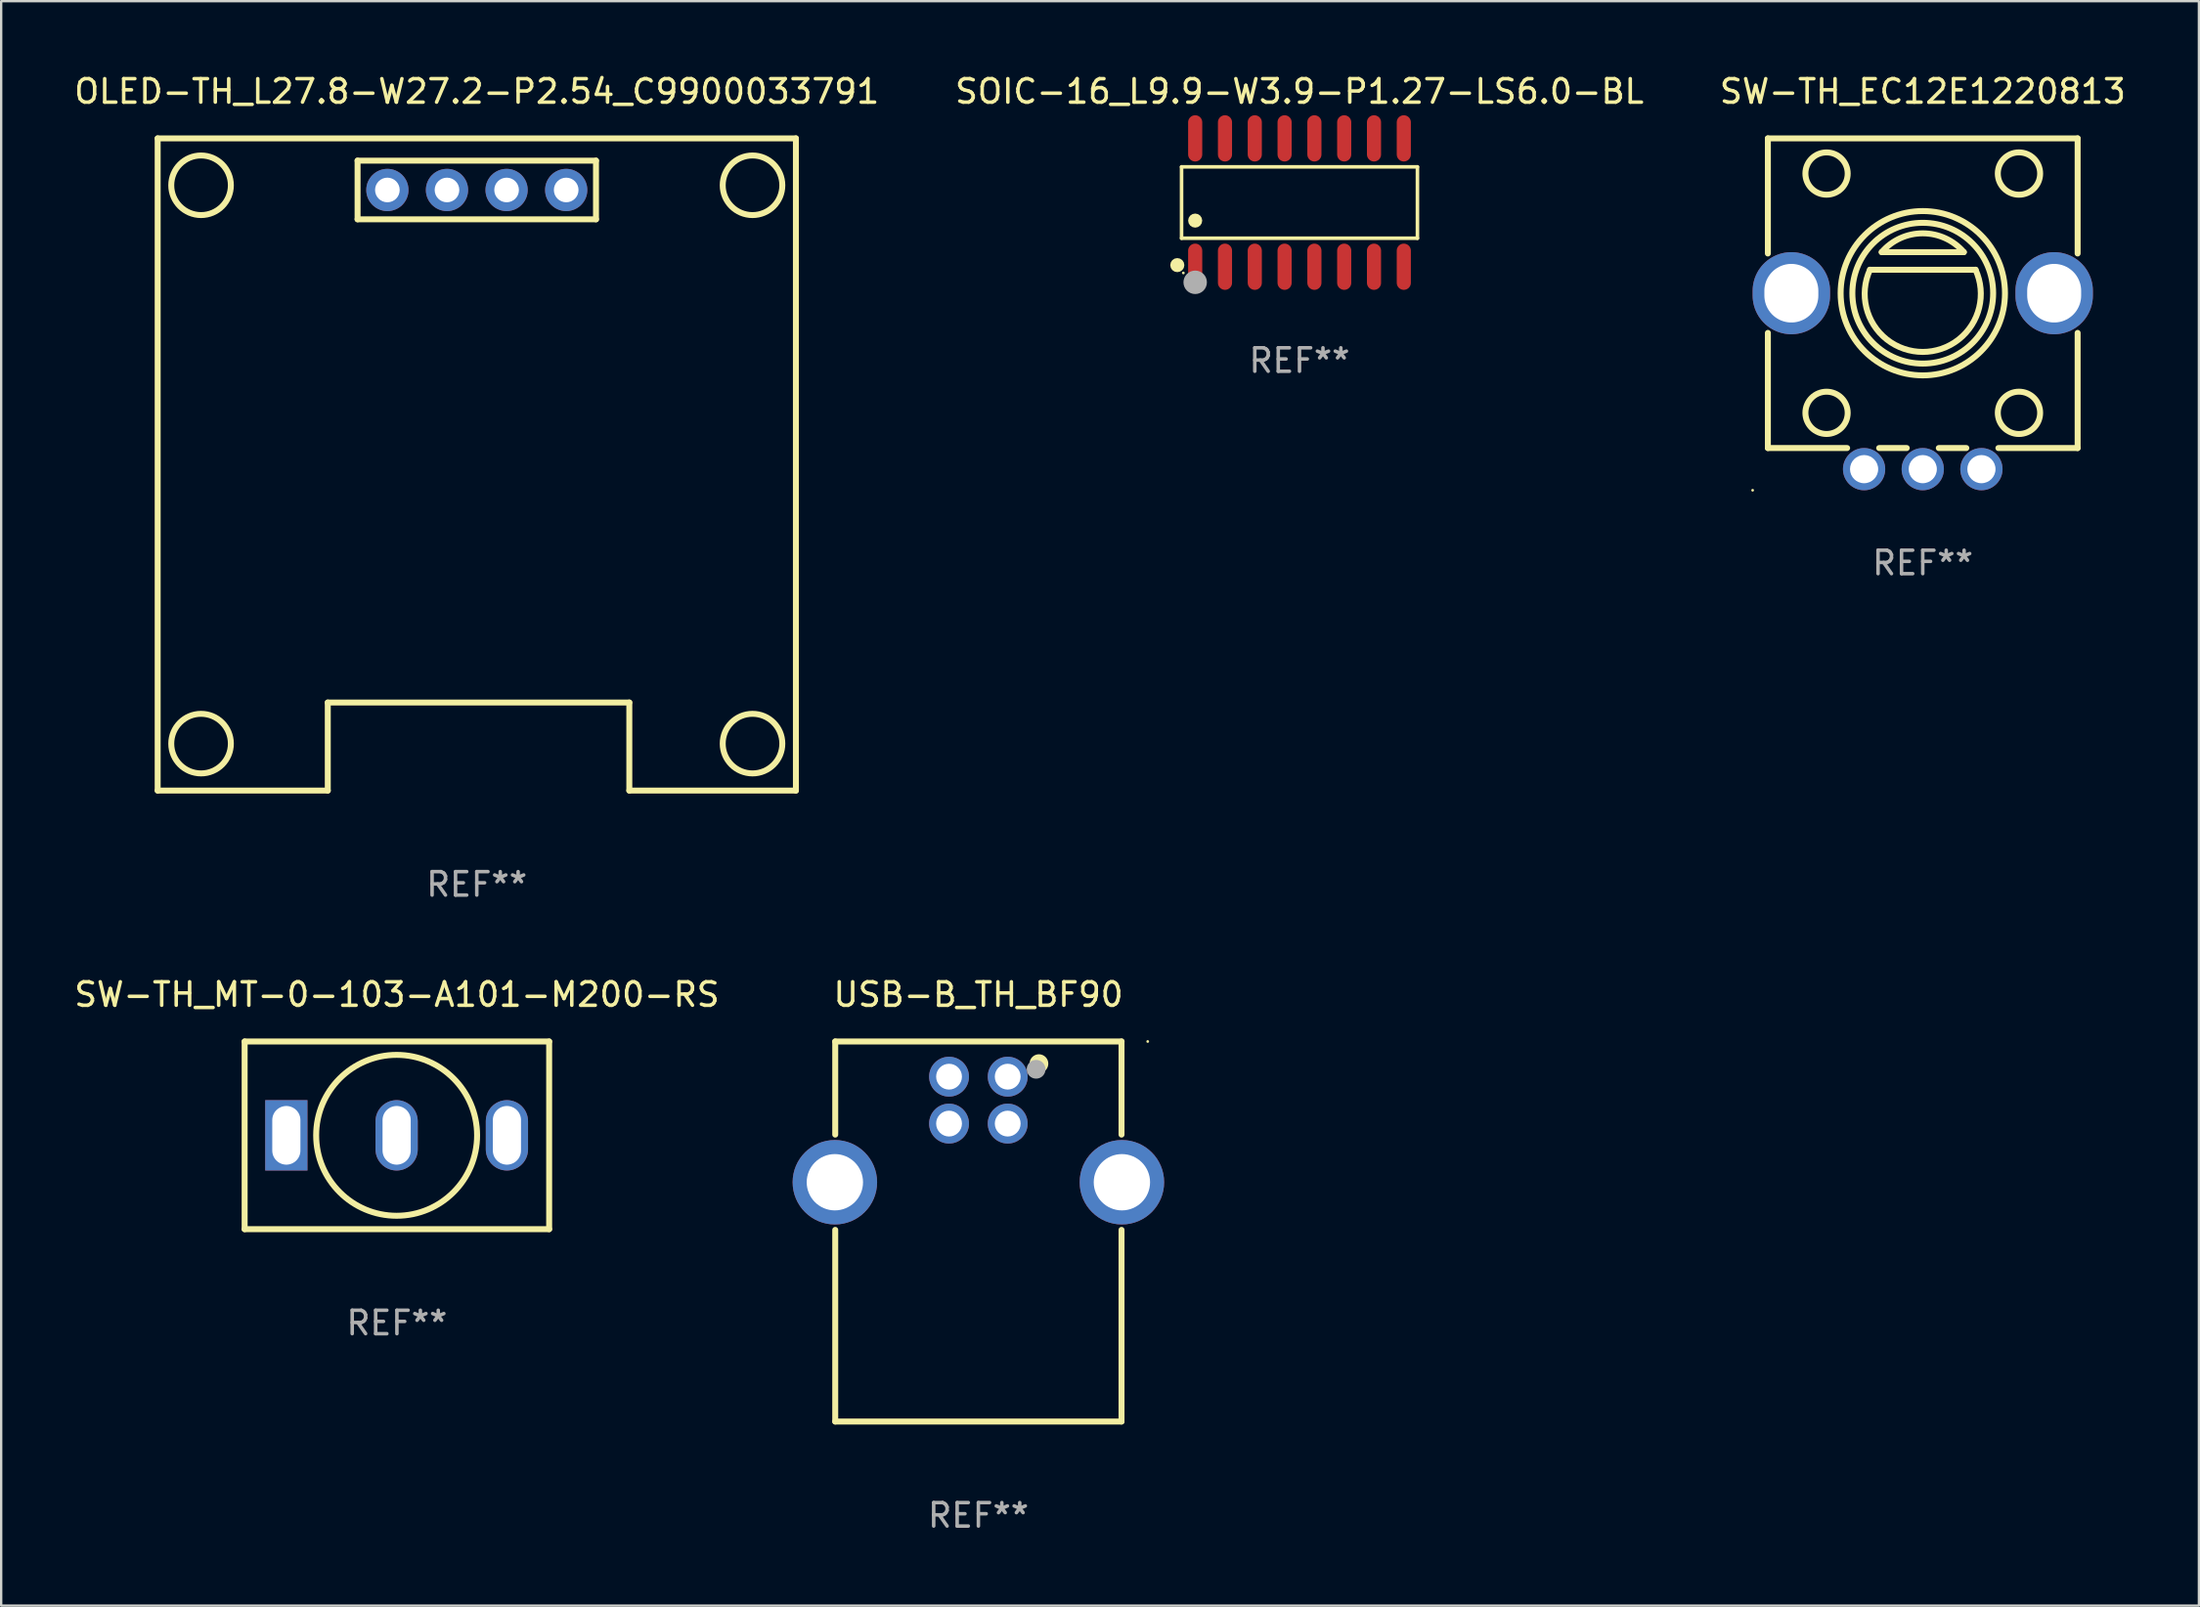
<source format=kicad_pcb>
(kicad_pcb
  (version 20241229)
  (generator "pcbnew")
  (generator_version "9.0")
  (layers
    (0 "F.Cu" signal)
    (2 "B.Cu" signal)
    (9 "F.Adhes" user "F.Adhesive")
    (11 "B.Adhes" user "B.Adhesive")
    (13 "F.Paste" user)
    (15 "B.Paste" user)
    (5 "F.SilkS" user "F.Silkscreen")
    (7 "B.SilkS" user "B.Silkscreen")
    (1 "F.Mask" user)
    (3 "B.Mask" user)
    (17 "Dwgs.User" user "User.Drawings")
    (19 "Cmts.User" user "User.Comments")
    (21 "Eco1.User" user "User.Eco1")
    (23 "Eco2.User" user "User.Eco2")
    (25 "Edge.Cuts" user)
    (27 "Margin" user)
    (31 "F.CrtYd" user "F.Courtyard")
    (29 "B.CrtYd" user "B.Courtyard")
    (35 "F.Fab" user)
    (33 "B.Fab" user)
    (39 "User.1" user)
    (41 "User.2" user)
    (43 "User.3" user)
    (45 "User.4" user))
  (footprint "USB-B_TH_BF90"
    (layer "F.Cu")
    (at 38.643 45.095)
    (property "Reference" "USB-B_TH_BF90" (at 0 -5.75 0) (layer "F.SilkS") (effects (font (size 1 1) (thickness 0.15))))
    (attr through_hole)
    (fp_line (start -6.1 -3.75) (end -6.1 0.219) (stroke (width 0.254) (type solid)) (layer "F.SilkS"))
    (fp_line (start -6.1 4.281) (end -6.1 12.45) (stroke (width 0.254) (type solid)) (layer "F.SilkS"))
    (fp_line (start -6.1 12.45) (end 6.1 12.45) (stroke (width 0.254) (type solid)) (layer "F.SilkS"))
    (fp_line (start 6.1 -3.75) (end -6.1 -3.75) (stroke (width 0.258) (type solid)) (layer "F.SilkS"))
    (fp_line (start 6.1 0.219) (end 6.1 -3.75) (stroke (width 0.254) (type solid)) (layer "F.SilkS"))
    (fp_line (start 6.1 12.45) (end 6.1 4.281) (stroke (width 0.254) (type solid)) (layer "F.SilkS"))
    (fp_circle (center 2.58 -2.805) (end 2.78 -2.805) (stroke (width 0.4) (type solid)) (fill no) (layer "F.SilkS"))
    (fp_circle (center 7.216 -3.75) (end 7.246 -3.75) (stroke (width 0.06) (type solid)) (fill no) (layer "F.SilkS"))
    (fp_circle (center 2.46 -2.565) (end 2.66 -2.565) (stroke (width 0.4) (type solid)) (fill no) (layer "F.Fab"))
    (fp_text user "REF**" (at 0 16.45 0) (layer "F.Fab") (effects (font (size 1 1) (thickness 0.15))))
    (pad "1" thru_hole circle (at 1.25 -2.25) (size 1.7 1.7) (drill 1.1) (layers "*.Cu" "*.Mask"))
    (pad "2" thru_hole circle (at -1.25 -2.25) (size 1.7 1.7) (drill 1.1) (layers "*.Cu" "*.Mask"))
    (pad "3" thru_hole circle (at -1.25 -0.25) (size 1.7 1.7) (drill 1.1) (layers "*.Cu" "*.Mask"))
    (pad "4" thru_hole circle (at 1.25 -0.25) (size 1.7 1.7) (drill 1.1) (layers "*.Cu" "*.Mask"))
    (pad "5" thru_hole circle (at -6.116 2.25) (size 3.6 3.6) (drill 2.4) (layers "*.Cu" "*.Mask"))
    (pad "5" thru_hole circle (at 6.116 2.25) (size 3.6 3.6) (drill 2.4) (layers "*.Cu" "*.Mask")))
  (footprint "SW-TH_EC12E1220813"
    (layer "F.Cu")
    (at 78.887 13.198)
    (property "Reference" "SW-TH_EC12E1220813" (at 0 -12.35 0) (layer "F.SilkS") (effects (font (size 1 1) (thickness 0.15))))
    (attr through_hole)
    (fp_line (start -6.6 -10.35) (end -6.6 -5.443) (stroke (width 0.254) (type solid)) (layer "F.SilkS"))
    (fp_line (start -6.6 -10.35) (end 6.6 -10.35) (stroke (width 0.254) (type solid)) (layer "F.SilkS"))
    (fp_line (start -6.6 -2.057) (end -6.6 2.85) (stroke (width 0.254) (type solid)) (layer "F.SilkS"))
    (fp_line (start -6.6 2.85) (end -3.223 2.85) (stroke (width 0.254) (type solid)) (layer "F.SilkS"))
    (fp_line (start -2.25 -4.75) (end 2.25 -4.75) (stroke (width 0.254) (type solid)) (layer "F.SilkS"))
    (fp_line (start -1.857 2.85) (end -0.683 2.85) (stroke (width 0.254) (type solid)) (layer "F.SilkS"))
    (fp_line (start -1.75 -5.5) (end 1.75 -5.5) (stroke (width 0.254) (type solid)) (layer "F.SilkS"))
    (fp_line (start 0.683 2.85) (end 1.857 2.85) (stroke (width 0.254) (type solid)) (layer "F.SilkS"))
    (fp_line (start 3.223 2.85) (end 6.6 2.85) (stroke (width 0.254) (type solid)) (layer "F.SilkS"))
    (fp_line (start 6.6 -5.443) (end 6.6 -10.35) (stroke (width 0.254) (type solid)) (layer "F.SilkS"))
    (fp_line (start 6.6 2.85) (end 6.6 -2.057) (stroke (width 0.254) (type solid)) (layer "F.SilkS"))
    (fp_arc (start -1.749987 -5.500051) (mid 0.000013 -6.301796) (end 1.750013 -5.500051) (stroke (width 0.254001) (type solid)) (layer "F.SilkS"))
    (fp_arc (start 2.250013 -4.750064) (mid 0.00006 -1.246986) (end -2.250026 -4.749979) (stroke (width 0.254001) (type solid)) (layer "F.SilkS"))
    (fp_circle (center -7.25 4.65) (end -7.22 4.65) (stroke (width 0.06) (type solid)) (fill no) (layer "F.SilkS"))
    (fp_circle (center -4.1 -8.85) (end -3.199 -8.85) (stroke (width 0.254) (type solid)) (fill no) (layer "F.SilkS"))
    (fp_circle (center -4.1 1.35) (end -3.199 1.35) (stroke (width 0.254) (type solid)) (fill no) (layer "F.SilkS"))
    (fp_circle (center 0 -3.75) (end 3 -3.75) (stroke (width 0.254) (type solid)) (fill no) (layer "F.SilkS"))
    (fp_circle (center 0.002 -3.749) (end 3.504 -3.749) (stroke (width 0.254) (type solid)) (fill no) (layer "F.SilkS"))
    (fp_circle (center 4.1 -8.85) (end 5.002 -8.85) (stroke (width 0.254) (type solid)) (fill no) (layer "F.SilkS"))
    (fp_circle (center 4.1 1.35) (end 5.002 1.35) (stroke (width 0.254) (type solid)) (fill no) (layer "F.SilkS"))
    (fp_text user "REF**" (at 0 7.75 0) (layer "F.Fab") (effects (font (size 1 1) (thickness 0.15))))
    (pad "A" thru_hole circle (at -2.5 3.75) (size 1.8 1.8) (drill 1.2) (layers "*.Cu" "*.Mask"))
    (pad "B" thru_hole circle (at 2.5 3.75) (size 1.8 1.8) (drill 1.2) (layers "*.Cu" "*.Mask"))
    (pad "C" thru_hole circle (at 0 3.75) (size 1.8 1.8) (drill 1.2) (layers "*.Cu" "*.Mask"))
    (pad "D" thru_hole oval (at 5.6 -3.75 90) (size 3.5 3.3) (drill oval 2.498 2.3) (layers "*.Cu" "*.Mask"))
    (pad "E" thru_hole oval (at -5.6 -3.75 90) (size 3.5 3.3) (drill oval 2.498 2.3) (layers "*.Cu" "*.Mask")))
  (footprint "SW-TH_MT-0-103-A101-M200-RS"
    (layer "F.Cu")
    (at 13.852 45.345)
    (property "Reference" "SW-TH_MT-0-103-A101-M200-RS" (at 0.012 -6 0) (layer "F.SilkS") (effects (font (size 1 1) (thickness 0.15))))
    (attr through_hole)
    (fp_line (start -6.477 4) (end -6.477 -4) (stroke (width 0.254) (type solid)) (layer "F.SilkS"))
    (fp_line (start 6.5 -4) (end -6.477 -4) (stroke (width 0.254) (type solid)) (layer "F.SilkS"))
    (fp_line (start 6.5 -4) (end 6.5 4) (stroke (width 0.254) (type solid)) (layer "F.SilkS"))
    (fp_line (start 6.5 4) (end -6.477 4) (stroke (width 0.254) (type solid)) (layer "F.SilkS"))
    (fp_circle (center -6.5 4) (end -6.47 4) (stroke (width 0.06) (type solid)) (fill no) (layer "F.SilkS"))
    (fp_circle (center 0 0) (end 3.429 0) (stroke (width 0.254) (type solid)) (fill no) (layer "F.SilkS"))
    (fp_text user "REF**" (at 0.012 8 0) (layer "F.Fab") (effects (font (size 1 1) (thickness 0.15))))
    (pad "1" thru_hole rect (at -4.7 0) (size 1.8 3) (drill oval 1.2 2.5) (layers "*.Cu" "*.Mask"))
    (pad "2" thru_hole oval (at 0 0) (size 1.8 3) (drill oval 1.2 2.5) (layers "*.Cu" "*.Mask"))
    (pad "3" thru_hole oval (at 4.7 0) (size 1.8 3) (drill oval 1.2 2.5) (layers "*.Cu" "*.Mask")))
  (footprint "OLED-TH_L27.8-W27.2-P2.54_C9900033791"
    (layer "F.Cu")
    (at 17.268 5.048)
    (property "Reference" "OLED-TH_L27.8-W27.2-P2.54_C9900033791" (at 0 -4.2 0) (layer "F.SilkS") (effects (font (size 1 1) (thickness 0.15))))
    (attr through_hole)
    (fp_line (start -13.599 -2.2) (end 13.599 -2.2) (stroke (width 0.254) (type solid)) (layer "F.SilkS"))
    (fp_line (start -13.599 25.601) (end -13.599 -2.2) (stroke (width 0.254) (type solid)) (layer "F.SilkS"))
    (fp_line (start -6.35 21.849) (end -6.35 25.601) (stroke (width 0.254) (type solid)) (layer "F.SilkS"))
    (fp_line (start -6.35 25.601) (end -13.599 25.601) (stroke (width 0.254) (type solid)) (layer "F.SilkS"))
    (fp_line (start -5.08 -1.25) (end -5.08 1.25) (stroke (width 0.254) (type solid)) (layer "F.SilkS"))
    (fp_line (start -5.08 -1.25) (end 5.08 -1.25) (stroke (width 0.254) (type solid)) (layer "F.SilkS"))
    (fp_line (start -5.08 1.25) (end 5.08 1.25) (stroke (width 0.254) (type solid)) (layer "F.SilkS"))
    (fp_line (start 5.08 1.25) (end 5.08 -1.25) (stroke (width 0.254) (type solid)) (layer "F.SilkS"))
    (fp_line (start 6.5 21.849) (end -6.35 21.849) (stroke (width 0.254) (type solid)) (layer "F.SilkS"))
    (fp_line (start 6.5 25.601) (end 6.5 21.849) (stroke (width 0.254) (type solid)) (layer "F.SilkS"))
    (fp_line (start 13.599 -2.2) (end 13.599 25.601) (stroke (width 0.254) (type solid)) (layer "F.SilkS"))
    (fp_line (start 13.599 25.601) (end 6.5 25.601) (stroke (width 0.254) (type solid)) (layer "F.SilkS"))
    (fp_circle (center -13.599 25.601) (end -13.569 25.601) (stroke (width 0.06) (type solid)) (fill no) (layer "F.SilkS"))
    (fp_circle (center -11.75 -0.2) (end -10.48 -0.2) (stroke (width 0.254) (type solid)) (fill no) (layer "F.SilkS"))
    (fp_circle (center -11.75 23.6) (end -10.48 23.6) (stroke (width 0.254) (type solid)) (fill no) (layer "F.SilkS"))
    (fp_circle (center 11.75 -0.2) (end 13.02 -0.2) (stroke (width 0.254) (type solid)) (fill no) (layer "F.SilkS"))
    (fp_circle (center 11.75 23.6) (end 13.02 23.6) (stroke (width 0.254) (type solid)) (fill no) (layer "F.SilkS"))
    (fp_text user "REF**" (at 0 29.601 0) (layer "F.Fab") (effects (font (size 1 1) (thickness 0.15))))
    (pad "1" thru_hole circle (at -3.81 0) (size 1.8 1.8) (drill 1.05) (layers "*.Cu" "*.Mask"))
    (pad "2" thru_hole circle (at -1.27 0) (size 1.8 1.8) (drill 1.05) (layers "*.Cu" "*.Mask"))
    (pad "3" thru_hole circle (at 1.27 0) (size 1.8 1.8) (drill 1.05) (layers "*.Cu" "*.Mask"))
    (pad "4" thru_hole circle (at 3.81 0) (size 1.8 1.8) (drill 1.05) (layers "*.Cu" "*.Mask")))
  (footprint "SOIC-16_L9.9-W3.9-P1.27-LS6.0-BL"
    (layer "F.Cu")
    (at 52.327 5.584)
    (property "Reference" "SOIC-16_L9.9-W3.9-P1.27-LS6.0-BL" (at 0 -4.736 0) (layer "F.SilkS") (effects (font (size 1 1) (thickness 0.15))))
    (attr through_hole)
    (fp_line (start -5.026 -1.521) (end 5.026 -1.521) (stroke (width 0.152) (type solid)) (layer "F.SilkS"))
    (fp_line (start -5.026 1.521) (end -5.026 -1.521) (stroke (width 0.152) (type solid)) (layer "F.SilkS"))
    (fp_line (start 5.026 -1.521) (end 5.026 1.521) (stroke (width 0.152) (type solid)) (layer "F.SilkS"))
    (fp_line (start 5.026 1.521) (end -5.026 1.521) (stroke (width 0.152) (type solid)) (layer "F.SilkS"))
    (fp_circle (center -5.207 2.667) (end -5.057 2.667) (stroke (width 0.3) (type solid)) (fill no) (layer "F.SilkS"))
    (fp_circle (center -4.95 3) (end -4.92 3) (stroke (width 0.06) (type solid)) (fill no) (layer "F.SilkS"))
    (fp_circle (center -4.445 0.769) (end -4.295 0.769) (stroke (width 0.3) (type solid)) (fill no) (layer "F.SilkS"))
    (fp_circle (center -4.445 3.4) (end -4.195 3.4) (stroke (width 0.5) (type solid)) (fill no) (layer "F.Fab"))
    (fp_text user "REF**" (at 0 6.736 0) (layer "F.Fab") (effects (font (size 1 1) (thickness 0.15))))
    (pad "1" smd oval (at -4.445 2.736) (size 0.602 1.971) (layers "F.Cu" "F.Mask" "F.Paste"))
    (pad "2" smd oval (at -3.175 2.736) (size 0.602 1.971) (layers "F.Cu" "F.Mask" "F.Paste"))
    (pad "3" smd oval (at -1.905 2.736) (size 0.602 1.971) (layers "F.Cu" "F.Mask" "F.Paste"))
    (pad "4" smd oval (at -0.635 2.736) (size 0.602 1.971) (layers "F.Cu" "F.Mask" "F.Paste"))
    (pad "5" smd oval (at 0.635 2.736) (size 0.602 1.971) (layers "F.Cu" "F.Mask" "F.Paste"))
    (pad "6" smd oval (at 1.905 2.736) (size 0.602 1.971) (layers "F.Cu" "F.Mask" "F.Paste"))
    (pad "7" smd oval (at 3.175 2.736) (size 0.602 1.971) (layers "F.Cu" "F.Mask" "F.Paste"))
    (pad "8" smd oval (at 4.445 2.736) (size 0.602 1.971) (layers "F.Cu" "F.Mask" "F.Paste"))
    (pad "9" smd oval (at 4.445 -2.736) (size 0.602 1.971) (layers "F.Cu" "F.Mask" "F.Paste"))
    (pad "10" smd oval (at 3.175 -2.736) (size 0.602 1.971) (layers "F.Cu" "F.Mask" "F.Paste"))
    (pad "11" smd oval (at 1.905 -2.736) (size 0.602 1.971) (layers "F.Cu" "F.Mask" "F.Paste"))
    (pad "12" smd oval (at 0.635 -2.736) (size 0.602 1.971) (layers "F.Cu" "F.Mask" "F.Paste"))
    (pad "13" smd oval (at -0.635 -2.736) (size 0.602 1.971) (layers "F.Cu" "F.Mask" "F.Paste"))
    (pad "14" smd oval (at -1.905 -2.736) (size 0.602 1.971) (layers "F.Cu" "F.Mask" "F.Paste"))
    (pad "15" smd oval (at -3.175 -2.736) (size 0.602 1.971) (layers "F.Cu" "F.Mask" "F.Paste"))
    (pad "16" smd oval (at -4.445 -2.736) (size 0.602 1.971) (layers "F.Cu" "F.Mask" "F.Paste")))
  (gr_rect
    (start -3 -3)
    (end 90.655 65.393)
    (stroke (width 0.1) (type default))
    (fill no)
    (layer "Edge.Cuts")))
</source>
